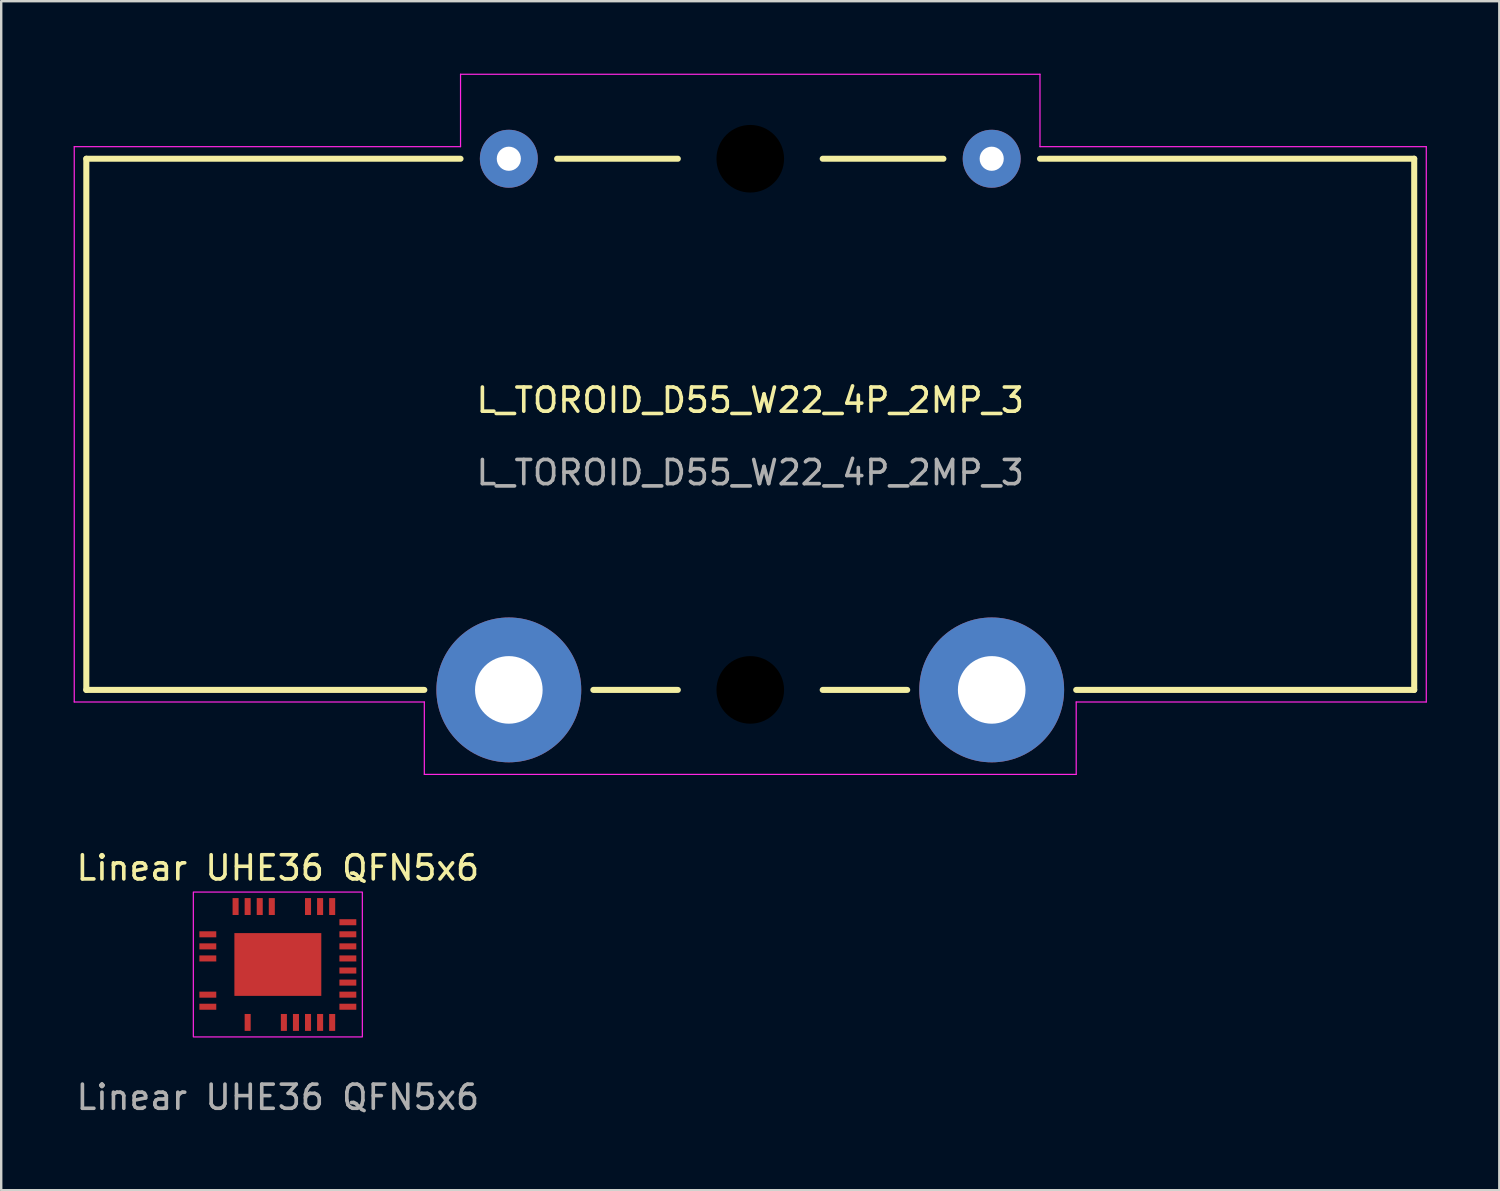
<source format=kicad_pcb>
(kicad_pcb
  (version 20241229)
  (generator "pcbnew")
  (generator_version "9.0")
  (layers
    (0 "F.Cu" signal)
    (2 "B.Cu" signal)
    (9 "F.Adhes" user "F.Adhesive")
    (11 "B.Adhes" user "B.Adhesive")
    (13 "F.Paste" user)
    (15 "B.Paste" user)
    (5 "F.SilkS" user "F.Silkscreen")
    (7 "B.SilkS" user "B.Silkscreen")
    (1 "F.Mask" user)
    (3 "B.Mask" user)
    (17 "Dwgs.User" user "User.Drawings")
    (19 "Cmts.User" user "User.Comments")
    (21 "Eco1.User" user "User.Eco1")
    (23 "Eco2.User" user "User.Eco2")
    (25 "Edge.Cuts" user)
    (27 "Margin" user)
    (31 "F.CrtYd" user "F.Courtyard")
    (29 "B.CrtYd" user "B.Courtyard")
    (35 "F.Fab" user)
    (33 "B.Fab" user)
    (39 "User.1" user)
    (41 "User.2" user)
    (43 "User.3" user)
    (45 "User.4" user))
  (footprint "L_TOROID_D55_W22_4P_2MP_3"
    (layer "F.Cu")
    (at 28.025 14.525)
    (property "Reference" "L_TOROID_D55_W22_4P_2MP_3" (at 0 -1 0) (unlocked yes) (layer "F.SilkS") (effects (font (size 1 1) (thickness 0.15))))
    (attr through_hole)
    (fp_line (start -27.5 -11) (end -27.5 11) (stroke (width 0.25) (type solid)) (layer "F.SilkS"))
    (fp_line (start -27.5 11) (end -13.5 11) (stroke (width 0.25) (type solid)) (layer "F.SilkS"))
    (fp_line (start -12 -11) (end -27.5 -11) (stroke (width 0.25) (type solid)) (layer "F.SilkS"))
    (fp_line (start -8 -11) (end -3 -11) (stroke (width 0.25) (type solid)) (layer "F.SilkS"))
    (fp_line (start -6.5 11) (end -3 11) (stroke (width 0.25) (type solid)) (layer "F.SilkS"))
    (fp_line (start 3 -11) (end 8 -11) (stroke (width 0.25) (type solid)) (layer "F.SilkS"))
    (fp_line (start 3 11) (end 6.5 11) (stroke (width 0.25) (type solid)) (layer "F.SilkS"))
    (fp_line (start 13.5 11) (end 27.5 11) (stroke (width 0.25) (type solid)) (layer "F.SilkS"))
    (fp_line (start 27.5 -11) (end 12 -11) (stroke (width 0.25) (type solid)) (layer "F.SilkS"))
    (fp_line (start 27.5 11) (end 27.5 -11) (stroke (width 0.25) (type solid)) (layer "F.SilkS"))
    (fp_line (start -28 -11.5) (end -12 -11.5) (stroke (width 0.05) (type solid)) (layer "F.CrtYd"))
    (fp_line (start -28 11.5) (end -28 -11.5) (stroke (width 0.05) (type solid)) (layer "F.CrtYd"))
    (fp_line (start -13.5 11.5) (end -28 11.5) (stroke (width 0.05) (type solid)) (layer "F.CrtYd"))
    (fp_line (start -13.5 14.5) (end -13.5 11.5) (stroke (width 0.05) (type solid)) (layer "F.CrtYd"))
    (fp_line (start -12 -14.5) (end 12 -14.5) (stroke (width 0.05) (type solid)) (layer "F.CrtYd"))
    (fp_line (start -12 -11.5) (end -12 -14.5) (stroke (width 0.05) (type solid)) (layer "F.CrtYd"))
    (fp_line (start 12 -14.5) (end 12 -11.5) (stroke (width 0.05) (type solid)) (layer "F.CrtYd"))
    (fp_line (start 12 -11.5) (end 28 -11.5) (stroke (width 0.05) (type solid)) (layer "F.CrtYd"))
    (fp_line (start 13.5 11.5) (end 13.5 14.5) (stroke (width 0.05) (type solid)) (layer "F.CrtYd"))
    (fp_line (start 13.5 14.5) (end -13.5 14.5) (stroke (width 0.05) (type solid)) (layer "F.CrtYd"))
    (fp_line (start 28 -11.5) (end 28 11.5) (stroke (width 0.05) (type solid)) (layer "F.CrtYd"))
    (fp_line (start 28 11.5) (end 13.5 11.5) (stroke (width 0.05) (type solid)) (layer "F.CrtYd"))
    (fp_text user "${REFERENCE}" (at 0 2 0) (unlocked yes) (layer "F.Fab") (effects (font (size 1 1) (thickness 0.15))))
    (pad "" np_thru_hole circle (at 0 -11) (size 2.8 2.8) (drill 5) (layers "*.Mask"))
    (pad "" np_thru_hole circle (at 0 11) (size 2.8 2.8) (drill 5) (layers "*.Mask"))
    (pad "1" thru_hole circle (at -10 11) (size 6 6) (drill 2.8) (layers "*.Cu" "*.Mask"))
    (pad "2" thru_hole circle (at 10 11) (size 6 6) (drill 2.8) (layers "*.Cu" "*.Mask"))
    (pad "3" thru_hole circle (at -10 -11) (size 2.4 2.4) (drill 1) (layers "*.Cu" "*.Mask"))
    (pad "4" thru_hole circle (at 10 -11) (size 2.4 2.4) (drill 1) (layers "*.Cu" "*.Mask")))
  (footprint "Linear UHE36 QFN5x6"
    (layer "F.Cu")
    (at 8.458 36.898)
    (property "Reference" "Linear UHE36 QFN5x6" (at 0 -4 0) (unlocked yes) (layer "F.SilkS") (effects (font (size 1 1) (thickness 0.15))))
    (attr smd)
    (fp_rect (start -3.5 -3) (end 3.5 3) (stroke (width 0.05) (type solid)) (fill no) (layer "F.CrtYd"))
    (fp_text user "${REFERENCE}" (at 0 5.5 0) (unlocked yes) (layer "F.Fab") (effects (font (size 1 1) (thickness 0.15))))
    (pad "3" smd rect (at -1.25 2.4) (size 0.25 0.7) (layers "F.Cu" "F.Mask" "F.Paste"))
    (pad "6" smd rect (at 0.25 2.4) (size 0.25 0.7) (layers "F.Cu" "F.Mask" "F.Paste"))
    (pad "7" smd rect (at 0.75 2.4) (size 0.25 0.7) (layers "F.Cu" "F.Mask" "F.Paste"))
    (pad "8" smd rect (at 1.25 2.4) (size 0.25 0.7) (layers "F.Cu" "F.Mask" "F.Paste"))
    (pad "9" smd rect (at 1.75 2.4) (size 0.25 0.7) (layers "F.Cu" "F.Mask" "F.Paste"))
    (pad "10" smd rect (at 2.25 2.4) (size 0.25 0.7) (layers "F.Cu" "F.Mask" "F.Paste"))
    (pad "11" smd rect (at 2.9 1.75) (size 0.7 0.25) (layers "F.Cu" "F.Mask" "F.Paste"))
    (pad "12" smd rect (at 2.9 1.25) (size 0.7 0.25) (layers "F.Cu" "F.Mask" "F.Paste"))
    (pad "13" smd rect (at 2.9 0.75) (size 0.7 0.25) (layers "F.Cu" "F.Mask" "F.Paste"))
    (pad "14" smd rect (at 2.9 0.25) (size 0.7 0.25) (layers "F.Cu" "F.Mask" "F.Paste"))
    (pad "15" smd rect (at 2.9 -0.25) (size 0.7 0.25) (layers "F.Cu" "F.Mask" "F.Paste"))
    (pad "16" smd rect (at 2.9 -0.75) (size 0.7 0.25) (layers "F.Cu" "F.Mask" "F.Paste"))
    (pad "17" smd rect (at 2.9 -1.25) (size 0.7 0.25) (layers "F.Cu" "F.Mask" "F.Paste"))
    (pad "18" smd rect (at 2.9 -1.75) (size 0.7 0.25) (layers "F.Cu" "F.Mask" "F.Paste"))
    (pad "19" smd rect (at 2.25 -2.4) (size 0.25 0.7) (layers "F.Cu" "F.Mask" "F.Paste"))
    (pad "20" smd rect (at 1.75 -2.4) (size 0.25 0.7) (layers "F.Cu" "F.Mask" "F.Paste"))
    (pad "21" smd rect (at 1.25 -2.4) (size 0.25 0.7) (layers "F.Cu" "F.Mask" "F.Paste"))
    (pad "24" smd rect (at -0.25 -2.4) (size 0.25 0.7) (layers "F.Cu" "F.Mask" "F.Paste"))
    (pad "25" smd rect (at -0.75 -2.4) (size 0.25 0.7) (layers "F.Cu" "F.Mask" "F.Paste"))
    (pad "26" smd rect (at -1.25 -2.4) (size 0.25 0.7) (layers "F.Cu" "F.Mask" "F.Paste"))
    (pad "27" smd rect (at -1.75 -2.4) (size 0.25 0.7) (layers "F.Cu" "F.Mask" "F.Paste"))
    (pad "30" smd rect (at -2.9 -1.25) (size 0.7 0.25) (layers "F.Cu" "F.Mask" "F.Paste"))
    (pad "31" smd rect (at -2.9 -0.75) (size 0.7 0.25) (layers "F.Cu" "F.Mask" "F.Paste"))
    (pad "32" smd rect (at -2.9 -0.25) (size 0.7 0.25) (layers "F.Cu" "F.Mask" "F.Paste"))
    (pad "35" smd rect (at -2.9 1.25) (size 0.7 0.25) (layers "F.Cu" "F.Mask" "F.Paste"))
    (pad "36" smd rect (at -2.9 1.75) (size 0.7 0.25) (layers "F.Cu" "F.Mask" "F.Paste"))
    (pad "37" smd rect (at 0 0) (size 3.6 2.6) (layers "F.Cu" "F.Mask" "F.Paste")))
  (gr_rect
    (start -3 -3)
    (end 59.05 46.246)
    (stroke (width 0.1) (type default))
    (fill no)
    (layer "Edge.Cuts")))
</source>
